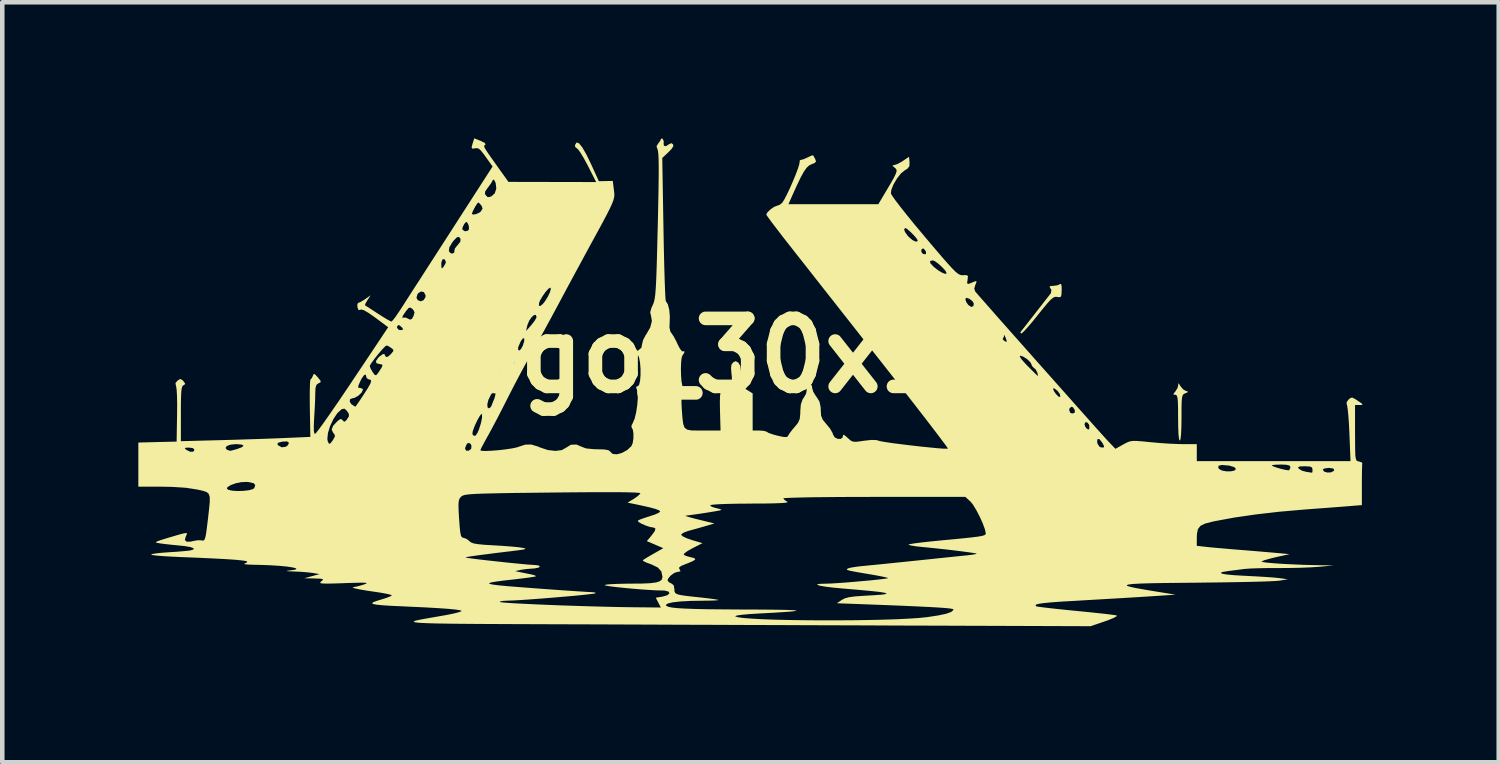
<source format=kicad_pcb>
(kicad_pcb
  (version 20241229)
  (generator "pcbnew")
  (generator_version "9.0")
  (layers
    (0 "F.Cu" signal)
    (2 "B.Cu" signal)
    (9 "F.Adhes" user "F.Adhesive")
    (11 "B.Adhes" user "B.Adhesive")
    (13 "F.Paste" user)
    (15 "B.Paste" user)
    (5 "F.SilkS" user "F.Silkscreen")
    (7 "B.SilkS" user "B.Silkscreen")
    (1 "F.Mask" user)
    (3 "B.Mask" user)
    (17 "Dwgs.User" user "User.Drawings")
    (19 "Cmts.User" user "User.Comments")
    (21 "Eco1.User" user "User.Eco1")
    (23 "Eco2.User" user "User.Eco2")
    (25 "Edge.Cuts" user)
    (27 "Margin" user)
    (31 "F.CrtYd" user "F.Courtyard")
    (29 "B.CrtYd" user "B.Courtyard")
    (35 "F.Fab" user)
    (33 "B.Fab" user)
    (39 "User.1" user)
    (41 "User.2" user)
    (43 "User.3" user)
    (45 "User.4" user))
  (footprint "logo_30x18"
    (layer "F.Cu")
    (at 12.756 4.791)
    (property "Reference" "logo_30x18" (at 0 0 0) (layer "F.SilkS") (effects (font (size 1.5 1.5) (thickness 0.3))))
    (attr board_only exclude_from_pos_files exclude_from_bom)
    (fp_poly (pts (xy 2.064 0.544) (xy 2.045 0.563) (xy 2.026 0.544) (xy 2.045 0.525)) (stroke (width 0) (type solid)) (fill yes) (layer "F.SilkS"))
    (fp_poly (pts (xy 10.194 0.627) (xy 10.213 0.665) (xy 10.276 0.741) (xy 10.332 0.774) (xy 10.386 0.794) (xy 10.373 0.811) (xy 10.326 0.83) (xy 10.293 0.845) (xy 10.27 0.871) (xy 10.255 0.921) (xy 10.247 1.006) (xy 10.243 1.139) (xy 10.243 1.332) (xy 10.243 1.368) (xy 10.24 1.582) (xy 10.232 1.743) (xy 10.22 1.844) (xy 10.205 1.876) (xy 10.189 1.84) (xy 10.177 1.736) (xy 10.17 1.572) (xy 10.168 1.369) (xy 10.167 1.164) (xy 10.163 1.022) (xy 10.155 0.933) (xy 10.141 0.884) (xy 10.12 0.865) (xy 10.105 0.863) (xy 10.064 0.858) (xy 10.075 0.829) (xy 10.105 0.794) (xy 10.156 0.712) (xy 10.17 0.654) (xy 10.176 0.608)) (stroke (width 0) (type solid)) (fill yes) (layer "F.SilkS"))
    (fp_poly (pts (xy 7.601 -1.511) (xy 7.601 -1.445) (xy 7.596 -1.341) (xy 7.579 -1.295) (xy 7.538 -1.288) (xy 7.503 -1.295) (xy 7.46 -1.297) (xy 7.416 -1.28) (xy 7.36 -1.235) (xy 7.284 -1.152) (xy 7.178 -1.025) (xy 7.08 -0.902) (xy 6.959 -0.752) (xy 6.852 -0.627) (xy 6.769 -0.537) (xy 6.718 -0.491) (xy 6.711 -0.488) (xy 6.689 -0.507) (xy 6.705 -0.535) (xy 6.742 -0.581) (xy 6.814 -0.673) (xy 6.912 -0.799) (xy 7.026 -0.944) (xy 7.035 -0.957) (xy 7.15 -1.103) (xy 7.249 -1.231) (xy 7.324 -1.326) (xy 7.363 -1.377) (xy 7.364 -1.379) (xy 7.375 -1.446) (xy 7.354 -1.482) (xy 7.332 -1.522) (xy 7.365 -1.537) (xy 7.417 -1.538) (xy 7.509 -1.551) (xy 7.565 -1.578) (xy 7.59 -1.578)) (stroke (width 0) (type solid)) (fill yes) (layer "F.SilkS"))
    (fp_poly (pts (xy -5.206 -4.734) (xy -5.117 -4.69) (xy -5.1 -4.656) (xy -5.11 -4.648) (xy -5.126 -4.636) (xy -5.132 -4.618) (xy -5.122 -4.586) (xy -5.091 -4.532) (xy -5.034 -4.446) (xy -4.945 -4.32) (xy -4.82 -4.144) (xy -4.762 -4.063) (xy -4.596 -3.831) (xy -3.629 -3.829) (xy -2.662 -3.827) (xy -2.853 -4.202) (xy -2.934 -4.352) (xy -3.008 -4.474) (xy -3.065 -4.553) (xy -3.095 -4.577) (xy -3.129 -4.606) (xy -3.125 -4.651) (xy -3.092 -4.701) (xy -3.039 -4.68) (xy -2.967 -4.59) (xy -2.876 -4.432) (xy -2.78 -4.234) (xy -2.603 -3.846) (xy -2.449 -3.849) (xy -2.296 -3.852) (xy -2.271 -3.653) (xy -2.264 -3.595) (xy -2.261 -3.542) (xy -2.267 -3.488) (xy -2.283 -3.424) (xy -2.315 -3.343) (xy -2.364 -3.237) (xy -2.435 -3.097) (xy -2.53 -2.917) (xy -2.654 -2.689) (xy -2.81 -2.404) (xy -2.852 -2.326) (xy -2.933 -2.177) (xy -3.041 -1.977) (xy -3.168 -1.743) (xy -3.305 -1.488) (xy -3.444 -1.229) (xy -3.509 -1.107) (xy -3.644 -0.856) (xy -3.78 -0.606) (xy -3.908 -0.372) (xy -4.021 -0.167) (xy -4.111 -0.006) (xy -4.147 0.056) (xy -4.236 0.215) (xy -4.345 0.418) (xy -4.464 0.643) (xy -4.579 0.867) (xy -4.615 0.938) (xy -4.723 1.151) (xy -4.834 1.367) (xy -4.939 1.565) (xy -5.025 1.725) (xy -5.051 1.771) (xy -5.124 1.903) (xy -5.181 2.01) (xy -5.212 2.075) (xy -5.215 2.087) (xy -5.181 2.099) (xy -5.09 2.102) (xy -4.961 2.096) (xy -4.81 2.084) (xy -4.656 2.066) (xy -4.516 2.045) (xy -4.408 2.022) (xy -4.368 2.008) (xy -4.221 1.961) (xy -4.091 1.96) (xy -3.945 2.004) (xy -3.897 2.025) (xy -3.728 2.081) (xy -3.562 2.1) (xy -3.42 2.083) (xy -3.323 2.028) (xy -3.32 2.026) (xy -3.219 1.964) (xy -3.095 1.96) (xy -2.985 2.008) (xy -2.887 2.045) (xy -2.718 2.062) (xy -2.642 2.064) (xy -2.49 2.068) (xy -2.4 2.082) (xy -2.356 2.109) (xy -2.35 2.12) (xy -2.297 2.168) (xy -2.204 2.175) (xy -2.092 2.144) (xy -1.978 2.081) (xy -1.885 1.995) (xy -1.856 1.924) (xy -1.841 1.819) (xy -1.841 1.709) (xy -1.856 1.624) (xy -1.876 1.595) (xy -1.886 1.549) (xy -1.853 1.481) (xy -1.814 1.389) (xy -1.781 1.252) (xy -1.757 1.095) (xy -1.745 0.941) (xy -1.748 0.816) (xy -1.764 0.75) (xy -1.784 0.692) (xy -1.754 0.676) (xy -1.746 0.675) (xy -1.715 0.641) (xy -1.694 0.553) (xy -1.684 0.429) (xy -1.684 0.29) (xy -1.695 0.154) (xy -1.716 0.043) (xy -1.747 -0.026) (xy -1.749 -0.028) (xy -1.788 -0.077) (xy -1.763 -0.105) (xy -1.73 -0.118) (xy -1.664 -0.176) (xy -1.651 -0.248) (xy -1.628 -0.343) (xy -1.572 -0.451) (xy -1.556 -0.473) (xy -1.47 -0.621) (xy -1.434 -0.763) (xy -1.453 -0.881) (xy -1.456 -0.887) (xy -1.471 -0.958) (xy -1.443 -1.055) (xy -1.419 -1.107) (xy -1.4 -1.148) (xy -1.385 -1.195) (xy -1.372 -1.257) (xy -1.36 -1.34) (xy -1.351 -1.451) (xy -1.342 -1.598) (xy -1.334 -1.787) (xy -1.326 -2.027) (xy -1.318 -2.324) (xy -1.309 -2.686) (xy -1.304 -2.867) (xy -1.295 -3.284) (xy -1.288 -3.631) (xy -1.284 -3.914) (xy -1.283 -4.137) (xy -1.285 -4.307) (xy -1.29 -4.428) (xy -1.298 -4.506) (xy -1.308 -4.546) (xy -1.309 -4.547) (xy -1.332 -4.616) (xy -1.296 -4.675) (xy -1.249 -4.737) (xy -1.238 -4.77) (xy -1.215 -4.789) (xy -1.197 -4.782) (xy -1.172 -4.729) (xy -1.175 -4.686) (xy -1.169 -4.628) (xy -1.123 -4.618) (xy -1.058 -4.66) (xy -1.005 -4.685) (xy -0.97 -4.662) (xy -0.959 -4.621) (xy -0.998 -4.559) (xy -1.066 -4.489) (xy -1.205 -4.358) (xy -1.178 -2.789) (xy -1.172 -2.453) (xy -1.165 -2.141) (xy -1.158 -1.86) (xy -1.15 -1.619) (xy -1.143 -1.426) (xy -1.136 -1.287) (xy -1.129 -1.212) (xy -1.126 -1.201) (xy -1.082 -1.132) (xy -1.051 -1.012) (xy -1.038 -0.867) (xy -1.041 -0.757) (xy -1.046 -0.619) (xy -1.026 -0.531) (xy -1.002 -0.496) (xy -0.953 -0.424) (xy -0.895 -0.314) (xy -0.866 -0.251) (xy -0.816 -0.154) (xy -0.772 -0.099) (xy -0.751 -0.094) (xy -0.717 -0.098) (xy -0.72 -0.062) (xy -0.758 -0.008) (xy -0.758 -0.007) (xy -0.778 0.05) (xy -0.79 0.16) (xy -0.794 0.299) (xy -0.79 0.444) (xy -0.78 0.573) (xy -0.762 0.664) (xy -0.749 0.69) (xy -0.739 0.748) (xy -0.757 0.801) (xy -0.778 0.888) (xy -0.782 1.037) (xy -0.775 1.179) (xy -0.76 1.374) (xy -0.743 1.506) (xy -0.713 1.588) (xy -0.656 1.631) (xy -0.562 1.649) (xy -0.418 1.651) (xy -0.312 1.651) (xy 0.08 1.651) (xy 0.068 1.219) (xy 0.065 1.025) (xy 0.068 0.895) (xy 0.078 0.82) (xy 0.096 0.79) (xy 0.105 0.788) (xy 0.162 0.763) (xy 0.238 0.703) (xy 0.25 0.692) (xy 0.306 0.627) (xy 0.33 0.562) (xy 0.329 0.467) (xy 0.321 0.398) (xy 0.311 0.271) (xy 0.322 0.195) (xy 0.356 0.15) (xy 0.413 0.121) (xy 0.466 0.15) (xy 0.477 0.161) (xy 0.515 0.226) (xy 0.53 0.332) (xy 0.529 0.444) (xy 0.527 0.569) (xy 0.538 0.644) (xy 0.573 0.694) (xy 0.643 0.742) (xy 0.654 0.749) (xy 0.788 0.832) (xy 0.788 1.241) (xy 0.788 1.651) (xy 0.936 1.651) (xy 1.034 1.658) (xy 1.096 1.676) (xy 1.103 1.682) (xy 1.147 1.707) (xy 1.242 1.739) (xy 1.337 1.765) (xy 1.461 1.791) (xy 1.53 1.796) (xy 1.562 1.78) (xy 1.569 1.766) (xy 1.603 1.71) (xy 1.669 1.624) (xy 1.712 1.575) (xy 1.788 1.481) (xy 1.826 1.395) (xy 1.838 1.282) (xy 1.838 1.229) (xy 1.85 1.075) (xy 1.888 0.966) (xy 1.917 0.923) (xy 1.965 0.841) (xy 1.977 0.776) (xy 1.976 0.773) (xy 1.984 0.706) (xy 2.033 0.65) (xy 2.071 0.638) (xy 2.095 0.669) (xy 2.101 0.717) (xy 2.124 0.797) (xy 2.182 0.891) (xy 2.195 0.907) (xy 2.261 1.012) (xy 2.287 1.137) (xy 2.289 1.198) (xy 2.297 1.322) (xy 2.334 1.413) (xy 2.415 1.512) (xy 2.417 1.514) (xy 2.496 1.611) (xy 2.548 1.702) (xy 2.558 1.735) (xy 2.592 1.797) (xy 2.656 1.833) (xy 2.725 1.837) (xy 2.77 1.806) (xy 2.776 1.778) (xy 2.785 1.744) (xy 2.82 1.758) (xy 2.883 1.814) (xy 2.944 1.868) (xy 2.997 1.895) (xy 3.068 1.9) (xy 3.179 1.886) (xy 3.239 1.877) (xy 3.408 1.858) (xy 3.523 1.862) (xy 3.554 1.873) (xy 3.609 1.887) (xy 3.723 1.907) (xy 3.88 1.93) (xy 4.068 1.954) (xy 4.273 1.979) (xy 4.482 2.003) (xy 4.679 2.023) (xy 4.853 2.04) (xy 4.988 2.05) (xy 5.072 2.052) (xy 5.092 2.049) (xy 5.073 2.017) (xy 5.011 1.931) (xy 4.982 1.893) (xy 8.382 1.893) (xy 8.391 1.942) (xy 8.438 2.012) (xy 8.486 2.026) (xy 8.532 2.022) (xy 8.536 1.996) (xy 8.501 1.928) (xy 8.492 1.914) (xy 8.434 1.842) (xy 8.393 1.837) (xy 8.382 1.893) (xy 4.982 1.893) (xy 4.91 1.797) (xy 4.774 1.618) (xy 4.693 1.512) (xy 8.104 1.512) (xy 8.122 1.571) (xy 8.161 1.617) (xy 8.199 1.628) (xy 8.21 1.613) (xy 8.21 1.545) (xy 8.203 1.518) (xy 8.163 1.47) (xy 8.12 1.471) (xy 8.104 1.512) (xy 4.693 1.512) (xy 4.607 1.4) (xy 4.452 1.201) (xy 7.766 1.201) (xy 7.793 1.264) (xy 7.838 1.276) (xy 7.89 1.257) (xy 7.89 1.201) (xy 7.852 1.14) (xy 7.818 1.126) (xy 7.776 1.157) (xy 7.766 1.201) (xy 4.452 1.201) (xy 4.412 1.148) (xy 4.194 0.868) (xy 4.082 0.724) (xy 7.411 0.724) (xy 7.426 0.775) (xy 7.473 0.844) (xy 7.535 0.907) (xy 7.569 0.908) (xy 7.572 0.902) (xy 7.559 0.844) (xy 7.509 0.777) (xy 7.44 0.722) (xy 7.411 0.724) (xy 4.082 0.724) (xy 3.956 0.563) (xy 3.701 0.239) (xy 3.615 0.129) (xy 3.532 0.024) (xy 6.678 0.024) (xy 6.723 0.09) (xy 6.815 0.192) (xy 6.847 0.225) (xy 6.949 0.327) (xy 7.028 0.405) (xy 7.072 0.447) (xy 7.077 0.45) (xy 7.074 0.42) (xy 7.064 0.372) (xy 7.025 0.3) (xy 6.992 0.274) (xy 6.946 0.227) (xy 6.941 0.205) (xy 6.911 0.146) (xy 6.84 0.077) (xy 6.754 0.022) (xy 6.684 0) (xy 6.678 0.024) (xy 3.532 0.024) (xy 3.338 -0.223) (xy 3.106 -0.518) (xy 6.191 -0.518) (xy 6.215 -0.462) (xy 6.272 -0.389) (xy 6.336 -0.326) (xy 6.384 -0.3) (xy 6.388 -0.329) (xy 6.363 -0.402) (xy 6.349 -0.431) (xy 6.294 -0.515) (xy 6.239 -0.559) (xy 6.2 -0.556) (xy 6.191 -0.518) (xy 3.106 -0.518) (xy 3.06 -0.576) (xy 2.941 -0.728) (xy 5.97 -0.728) (xy 5.979 -0.676) (xy 5.99 -0.663) (xy 6.045 -0.639) (xy 6.077 -0.678) (xy 6.078 -0.694) (xy 6.048 -0.744) (xy 6.022 -0.75) (xy 5.97 -0.728) (xy 2.941 -0.728) (xy 2.853 -0.84) (xy 5.866 -0.84) (xy 5.872 -0.825) (xy 5.905 -0.79) (xy 5.911 -0.788) (xy 5.927 -0.817) (xy 5.928 -0.825) (xy 5.899 -0.861) (xy 5.888 -0.863) (xy 5.866 -0.84) (xy 2.853 -0.84) (xy 2.788 -0.922) (xy 2.531 -1.25) (xy 5.477 -1.25) (xy 5.493 -1.189) (xy 5.539 -1.12) (xy 5.606 -1.074) (xy 5.653 -1.091) (xy 5.665 -1.145) (xy 5.636 -1.199) (xy 5.569 -1.252) (xy 5.5 -1.276) (xy 5.499 -1.276) (xy 5.477 -1.25) (xy 2.531 -1.25) (xy 2.527 -1.254) (xy 2.284 -1.563) (xy 2.064 -1.843) (xy 1.873 -2.086) (xy 4.699 -2.086) (xy 4.705 -2.039) (xy 4.774 -1.963) (xy 4.872 -1.885) (xy 4.964 -1.829) (xy 5.034 -1.803) (xy 5.065 -1.815) (xy 5.065 -1.818) (xy 5.038 -1.871) (xy 4.972 -1.945) (xy 4.888 -2.022) (xy 4.809 -2.081) (xy 4.761 -2.101) (xy 4.699 -2.086) (xy 1.873 -2.086) (xy 1.873 -2.086) (xy 1.716 -2.285) (xy 1.675 -2.338) (xy 4.507 -2.338) (xy 4.508 -2.285) (xy 4.544 -2.243) (xy 4.549 -2.241) (xy 4.606 -2.235) (xy 4.61 -2.283) (xy 4.602 -2.306) (xy 4.562 -2.356) (xy 4.541 -2.364) (xy 4.507 -2.338) (xy 1.675 -2.338) (xy 1.604 -2.428) (xy 1.454 -2.619) (xy 1.323 -2.79) (xy 4.127 -2.79) (xy 4.145 -2.728) (xy 4.206 -2.643) (xy 4.228 -2.619) (xy 4.31 -2.549) (xy 4.381 -2.514) (xy 4.422 -2.522) (xy 4.427 -2.54) (xy 4.402 -2.583) (xy 4.342 -2.654) (xy 4.266 -2.73) (xy 4.197 -2.79) (xy 4.157 -2.814) (xy 4.127 -2.79) (xy 1.323 -2.79) (xy 1.322 -2.791) (xy 1.213 -2.934) (xy 1.135 -3.041) (xy 1.093 -3.101) (xy 1.088 -3.111) (xy 1.116 -3.162) (xy 1.183 -3.226) (xy 1.261 -3.28) (xy 1.319 -3.302) (xy 1.388 -3.328) (xy 1.438 -3.369) (xy 1.482 -3.436) (xy 1.541 -3.549) (xy 1.609 -3.691) (xy 1.677 -3.847) (xy 1.74 -4) (xy 1.789 -4.132) (xy 1.818 -4.227) (xy 1.822 -4.266) (xy 1.83 -4.309) (xy 1.849 -4.315) (xy 1.912 -4.331) (xy 2.001 -4.371) (xy 2.003 -4.372) (xy 2.08 -4.408) (xy 2.119 -4.419) (xy 2.12 -4.418) (xy 2.141 -4.382) (xy 2.167 -4.334) (xy 2.185 -4.28) (xy 2.153 -4.246) (xy 2.091 -4.222) (xy 2.034 -4.194) (xy 1.979 -4.144) (xy 1.921 -4.062) (xy 1.852 -3.939) (xy 1.768 -3.765) (xy 1.664 -3.536) (xy 1.577 -3.339) (xy 2.568 -3.339) (xy 3.559 -3.339) (xy 3.687 -3.555) (xy 3.803 -3.75) (xy 3.885 -3.892) (xy 3.935 -3.989) (xy 3.959 -4.054) (xy 3.961 -4.095) (xy 3.943 -4.124) (xy 3.918 -4.145) (xy 3.872 -4.186) (xy 3.887 -4.2) (xy 3.906 -4.201) (xy 3.973 -4.222) (xy 4.069 -4.272) (xy 4.101 -4.293) (xy 4.235 -4.384) (xy 4.247 -4.265) (xy 4.243 -4.175) (xy 4.196 -4.118) (xy 4.146 -4.089) (xy 4.059 -4.019) (xy 3.971 -3.907) (xy 3.894 -3.777) (xy 3.845 -3.654) (xy 3.836 -3.576) (xy 3.862 -3.528) (xy 3.931 -3.43) (xy 4.036 -3.292) (xy 4.173 -3.119) (xy 4.333 -2.921) (xy 4.513 -2.706) (xy 4.577 -2.629) (xy 4.785 -2.383) (xy 4.951 -2.189) (xy 5.081 -2.04) (xy 5.18 -1.931) (xy 5.255 -1.856) (xy 5.311 -1.809) (xy 5.355 -1.784) (xy 5.392 -1.774) (xy 5.428 -1.774) (xy 5.428 -1.774) (xy 5.509 -1.776) (xy 5.535 -1.749) (xy 5.526 -1.674) (xy 5.516 -1.599) (xy 5.537 -1.58) (xy 5.566 -1.588) (xy 5.655 -1.624) (xy 5.685 -1.637) (xy 5.722 -1.643) (xy 5.718 -1.608) (xy 5.698 -1.562) (xy 5.673 -1.478) (xy 5.696 -1.414) (xy 5.709 -1.398) (xy 5.77 -1.327) (xy 5.874 -1.209) (xy 6.014 -1.05) (xy 6.184 -0.856) (xy 6.38 -0.635) (xy 6.596 -0.391) (xy 6.825 -0.133) (xy 7.062 0.135) (xy 7.302 0.404) (xy 7.538 0.67) (xy 7.765 0.925) (xy 7.977 1.164) (xy 8.169 1.379) (xy 8.334 1.564) (xy 8.468 1.713) (xy 8.564 1.82) (xy 8.616 1.877) (xy 8.62 1.881) (xy 8.786 2.054) (xy 8.957 1.959) (xy 9.033 1.918) (xy 9.098 1.892) (xy 9.168 1.88) (xy 9.263 1.881) (xy 9.4 1.892) (xy 9.549 1.907) (xy 9.76 1.926) (xy 9.982 1.941) (xy 10.182 1.949) (xy 10.275 1.951) (xy 10.58 1.951) (xy 10.58 2.139) (xy 10.58 2.326) (xy 12.274 2.326) (xy 13.969 2.326) (xy 13.945 1.719) (xy 13.935 1.512) (xy 13.922 1.331) (xy 13.908 1.189) (xy 13.895 1.1) (xy 13.886 1.078) (xy 13.883 1.027) (xy 13.922 0.972) (xy 13.97 0.931) (xy 14.012 0.926) (xy 14.076 0.959) (xy 14.13 0.995) (xy 14.212 1.052) (xy 14.236 1.079) (xy 14.208 1.088) (xy 14.168 1.088) (xy 14.069 1.088) (xy 14.069 1.704) (xy 14.07 1.932) (xy 14.072 2.096) (xy 14.076 2.206) (xy 14.086 2.274) (xy 14.101 2.311) (xy 14.124 2.327) (xy 14.154 2.333) (xy 14.216 2.353) (xy 14.229 2.373) (xy 14.225 2.42) (xy 14.222 2.525) (xy 14.22 2.675) (xy 14.219 2.848) (xy 14.219 3.295) (xy 13.947 3.317) (xy 13.823 3.327) (xy 13.641 3.341) (xy 13.419 3.358) (xy 13.173 3.376) (xy 12.925 3.395) (xy 12.391 3.442) (xy 11.879 3.501) (xy 11.405 3.57) (xy 10.987 3.647) (xy 10.927 3.66) (xy 10.763 3.702) (xy 10.661 3.752) (xy 10.605 3.824) (xy 10.583 3.932) (xy 10.58 4.026) (xy 10.58 4.193) (xy 10.777 4.215) (xy 10.891 4.227) (xy 11.057 4.242) (xy 11.255 4.259) (xy 11.463 4.277) (xy 11.481 4.278) (xy 11.704 4.296) (xy 11.936 4.315) (xy 12.147 4.333) (xy 12.306 4.347) (xy 12.625 4.376) (xy 12.315 4.445) (xy 12.175 4.48) (xy 12.068 4.511) (xy 12.011 4.535) (xy 12.006 4.54) (xy 12.041 4.552) (xy 12.14 4.565) (xy 12.29 4.578) (xy 12.479 4.591) (xy 12.696 4.602) (xy 12.928 4.612) (xy 13.164 4.618) (xy 13.259 4.62) (xy 13.6 4.626) (xy 13.263 4.656) (xy 13.097 4.667) (xy 12.881 4.676) (xy 12.642 4.681) (xy 12.405 4.683) (xy 12.362 4.683) (xy 12.147 4.683) (xy 11.941 4.687) (xy 11.766 4.693) (xy 11.64 4.702) (xy 11.612 4.705) (xy 11.461 4.725) (xy 11.308 4.744) (xy 11.265 4.75) (xy 11.15 4.769) (xy 11.107 4.788) (xy 11.136 4.807) (xy 11.232 4.824) (xy 11.395 4.84) (xy 11.621 4.853) (xy 11.659 4.855) (xy 11.873 4.866) (xy 12.077 4.878) (xy 12.251 4.89) (xy 12.376 4.902) (xy 12.4 4.905) (xy 12.587 4.93) (xy 12.4 4.961) (xy 12.322 4.968) (xy 12.178 4.975) (xy 11.978 4.982) (xy 11.729 4.988) (xy 11.442 4.994) (xy 11.125 4.999) (xy 10.787 5.003) (xy 10.645 5.005) (xy 10.211 5.009) (xy 9.85 5.013) (xy 9.558 5.018) (xy 9.333 5.025) (xy 9.172 5.034) (xy 9.073 5.046) (xy 9.033 5.06) (xy 9.049 5.077) (xy 9.118 5.098) (xy 9.237 5.124) (xy 9.405 5.154) (xy 9.587 5.185) (xy 10.111 5.27) (xy 9.455 5.313) (xy 9.21 5.328) (xy 8.914 5.346) (xy 8.59 5.365) (xy 8.264 5.384) (xy 7.959 5.402) (xy 7.924 5.404) (xy 7.621 5.421) (xy 7.387 5.438) (xy 7.216 5.454) (xy 7.102 5.47) (xy 7.04 5.487) (xy 7.023 5.507) (xy 7.043 5.528) (xy 7.088 5.536) (xy 7.195 5.55) (xy 7.356 5.569) (xy 7.558 5.591) (xy 7.791 5.615) (xy 7.916 5.627) (xy 8.163 5.651) (xy 8.386 5.675) (xy 8.574 5.695) (xy 8.716 5.713) (xy 8.8 5.725) (xy 8.817 5.729) (xy 8.81 5.748) (xy 8.743 5.784) (xy 8.629 5.831) (xy 8.556 5.857) (xy 8.239 5.965) (xy 5.705 5.956) (xy 5.34 5.955) (xy 4.909 5.953) (xy 4.418 5.952) (xy 3.875 5.95) (xy 3.288 5.947) (xy 2.664 5.945) (xy 2.012 5.943) (xy 1.339 5.94) (xy 0.652 5.938) (xy -0.041 5.935) (xy -0.731 5.933) (xy -1.412 5.93) (xy -1.913 5.928) (xy -2.645 5.925) (xy -3.305 5.923) (xy -3.896 5.921) (xy -4.42 5.919) (xy -4.881 5.917) (xy -5.283 5.915) (xy -5.627 5.912) (xy -5.917 5.909) (xy -6.155 5.905) (xy -6.346 5.9) (xy -6.491 5.894) (xy -6.594 5.887) (xy -6.658 5.878) (xy -6.685 5.868) (xy -6.679 5.857) (xy -6.643 5.843) (xy -6.579 5.828) (xy -6.491 5.811) (xy -6.382 5.791) (xy -6.254 5.769) (xy -6.111 5.744) (xy -5.956 5.717) (xy -5.81 5.687) (xy -5.698 5.659) (xy -5.635 5.636) (xy -5.628 5.629) (xy -5.659 5.614) (xy -5.753 5.599) (xy -5.913 5.583) (xy -6.141 5.567) (xy -6.439 5.55) (xy -6.81 5.533) (xy -6.903 5.528) (xy -7.176 5.516) (xy -7.377 5.503) (xy -7.512 5.489) (xy -7.586 5.474) (xy -7.601 5.454) (xy -7.564 5.43) (xy -7.478 5.4) (xy -7.418 5.382) (xy -7.293 5.343) (xy -7.203 5.309) (xy -7.166 5.286) (xy -7.166 5.285) (xy -7.2 5.269) (xy -7.293 5.248) (xy -7.426 5.224) (xy -7.494 5.214) (xy -7.718 5.181) (xy -7.885 5.152) (xy -7.992 5.129) (xy -8.034 5.112) (xy -8.01 5.103) (xy -7.927 5.087) (xy -7.814 5.056) (xy -7.785 5.046) (xy -7.735 5.027) (xy -7.721 5.015) (xy -7.75 5.007) (xy -7.83 5.005) (xy -7.969 5.008) (xy -8.174 5.014) (xy -8.217 5.016) (xy -8.436 5.023) (xy -8.589 5.026) (xy -8.686 5.024) (xy -8.736 5.017) (xy -8.748 5.004) (xy -8.732 4.984) (xy -8.723 4.977) (xy -8.687 4.944) (xy -8.691 4.926) (xy -8.748 4.917) (xy -8.868 4.913) (xy -8.873 4.912) (xy -9.098 4.908) (xy -8.929 4.862) (xy -8.761 4.816) (xy -8.911 4.791) (xy -9.028 4.777) (xy -9.184 4.765) (xy -9.323 4.759) (xy -9.444 4.754) (xy -9.49 4.748) (xy -9.464 4.741) (xy -9.427 4.737) (xy -9.313 4.722) (xy -9.269 4.705) (xy -9.286 4.687) (xy -9.359 4.668) (xy -9.481 4.65) (xy -9.646 4.634) (xy -9.848 4.621) (xy -10.079 4.613) (xy -10.186 4.611) (xy -10.315 4.607) (xy -10.4 4.6) (xy -10.428 4.592) (xy -10.421 4.589) (xy -10.365 4.561) (xy -10.355 4.542) (xy -10.383 4.528) (xy -10.47 4.515) (xy -10.618 4.5) (xy -10.831 4.486) (xy -11.11 4.471) (xy -11.459 4.455) (xy -11.81 4.441) (xy -12.023 4.431) (xy -12.208 4.42) (xy -12.354 4.408) (xy -12.447 4.396) (xy -12.476 4.388) (xy -12.449 4.374) (xy -12.36 4.359) (xy -12.226 4.345) (xy -12.09 4.335) (xy -11.915 4.324) (xy -11.761 4.311) (xy -11.647 4.3) (xy -11.601 4.293) (xy -11.535 4.27) (xy -11.539 4.245) (xy -11.608 4.22) (xy -11.738 4.198) (xy -11.845 4.187) (xy -12.009 4.171) (xy -12.164 4.154) (xy -12.278 4.139) (xy -12.283 4.138) (xy -12.347 4.127) (xy -12.371 4.115) (xy -12.349 4.098) (xy -12.273 4.07) (xy -12.135 4.027) (xy -12.077 4.01) (xy -11.898 3.957) (xy -11.78 3.924) (xy -11.713 3.911) (xy -11.685 3.916) (xy -11.687 3.94) (xy -11.708 3.981) (xy -11.73 4.062) (xy -11.692 4.103) (xy -11.596 4.1) (xy -11.555 4.089) (xy -11.45 4.07) (xy -11.366 4.072) (xy -11.361 4.073) (xy -11.327 4.079) (xy -11.302 4.064) (xy -11.282 4.018) (xy -11.263 3.929) (xy -11.244 3.788) (xy -11.219 3.583) (xy -11.195 3.367) (xy -11.186 3.271) (xy -5.698 3.271) (xy -5.696 3.386) (xy -5.687 3.559) (xy -5.684 3.598) (xy -5.671 3.782) (xy -5.657 3.903) (xy -5.641 3.974) (xy -5.619 4.007) (xy -5.592 4.014) (xy -5.518 4.041) (xy -5.462 4.086) (xy -5.424 4.117) (xy -5.364 4.14) (xy -5.27 4.156) (xy -5.129 4.17) (xy -4.926 4.182) (xy -4.922 4.182) (xy -4.725 4.194) (xy -4.541 4.208) (xy -4.391 4.222) (xy -4.296 4.235) (xy -4.235 4.248) (xy -4.219 4.26) (xy -4.254 4.272) (xy -4.349 4.287) (xy -4.511 4.307) (xy -4.521 4.309) (xy -4.847 4.348) (xy -5.103 4.381) (xy -5.296 4.406) (xy -5.429 4.425) (xy -5.51 4.439) (xy -5.542 4.448) (xy -5.542 4.45) (xy -5.502 4.459) (xy -5.401 4.473) (xy -5.252 4.492) (xy -5.071 4.513) (xy -4.869 4.535) (xy -4.661 4.558) (xy -4.461 4.578) (xy -4.283 4.595) (xy -4.14 4.608) (xy -4.046 4.614) (xy -4.027 4.615) (xy -3.932 4.625) (xy -3.904 4.649) (xy -3.937 4.675) (xy -4.027 4.692) (xy -4.061 4.694) (xy -4.194 4.704) (xy -4.315 4.721) (xy -4.333 4.725) (xy -4.446 4.751) (xy -4.324 4.777) (xy -4.196 4.803) (xy -4.087 4.825) (xy -4.013 4.845) (xy -3.988 4.863) (xy -3.989 4.864) (xy -4.031 4.875) (xy -4.133 4.891) (xy -4.281 4.91) (xy -4.46 4.932) (xy -4.505 4.937) (xy -4.712 4.96) (xy -4.869 4.981) (xy -4.973 4.999) (xy -5.022 5.015) (xy -5.013 5.031) (xy -4.944 5.047) (xy -4.811 5.064) (xy -4.612 5.083) (xy -4.345 5.104) (xy -4.006 5.13) (xy -3.883 5.139) (xy -3.606 5.159) (xy -3.349 5.177) (xy -3.125 5.192) (xy -2.942 5.204) (xy -2.812 5.212) (xy -2.745 5.215) (xy -2.742 5.215) (xy -2.682 5.223) (xy -2.675 5.238) (xy -2.717 5.248) (xy -2.822 5.261) (xy -2.978 5.278) (xy -3.172 5.297) (xy -3.393 5.316) (xy -3.628 5.336) (xy -3.865 5.355) (xy -4.092 5.372) (xy -4.296 5.386) (xy -4.467 5.396) (xy -4.591 5.401) (xy -4.612 5.401) (xy -4.718 5.407) (xy -4.78 5.419) (xy -4.787 5.431) (xy -4.743 5.439) (xy -4.634 5.449) (xy -4.468 5.46) (xy -4.254 5.471) (xy -4.002 5.483) (xy -3.721 5.495) (xy -3.419 5.507) (xy -3.106 5.517) (xy -2.791 5.527) (xy -2.484 5.535) (xy -2.193 5.542) (xy -1.927 5.546) (xy -1.847 5.547) (xy -1.236 5.553) (xy -1.265 5.497) (xy -1.126 5.497) (xy -1.112 5.519) (xy -1.068 5.538) (xy -0.989 5.554) (xy -0.869 5.567) (xy -0.701 5.577) (xy -0.483 5.585) (xy -0.206 5.591) (xy 0.132 5.594) (xy 0.539 5.597) (xy 0.675 5.597) (xy 1.039 5.599) (xy 1.329 5.602) (xy 1.544 5.606) (xy 1.684 5.612) (xy 1.751 5.619) (xy 1.744 5.628) (xy 1.664 5.639) (xy 1.51 5.651) (xy 1.284 5.666) (xy 0.985 5.682) (xy 0.926 5.685) (xy 0.715 5.698) (xy 0.552 5.713) (xy 0.445 5.728) (xy 0.404 5.743) (xy 0.405 5.748) (xy 0.461 5.767) (xy 0.584 5.784) (xy 0.766 5.798) (xy 0.997 5.811) (xy 1.27 5.821) (xy 1.576 5.828) (xy 1.907 5.833) (xy 2.255 5.836) (xy 2.61 5.836) (xy 2.966 5.834) (xy 3.313 5.829) (xy 3.643 5.822) (xy 3.948 5.812) (xy 4.219 5.799) (xy 4.449 5.784) (xy 4.628 5.766) (xy 4.642 5.764) (xy 4.884 5.727) (xy 5.056 5.69) (xy 5.163 5.652) (xy 5.211 5.611) (xy 5.215 5.594) (xy 5.195 5.584) (xy 5.133 5.574) (xy 5.024 5.563) (xy 4.865 5.552) (xy 4.65 5.54) (xy 4.376 5.527) (xy 4.039 5.512) (xy 3.635 5.496) (xy 3.264 5.482) (xy 2.645 5.459) (xy 2.753 5.386) (xy 2.821 5.351) (xy 2.913 5.326) (xy 3.047 5.308) (xy 3.236 5.295) (xy 3.285 5.292) (xy 3.493 5.28) (xy 3.64 5.269) (xy 3.723 5.256) (xy 3.741 5.242) (xy 3.692 5.226) (xy 3.575 5.208) (xy 3.388 5.188) (xy 3.129 5.164) (xy 2.797 5.136) (xy 2.786 5.135) (xy 2.569 5.115) (xy 2.399 5.094) (xy 2.28 5.074) (xy 2.217 5.056) (xy 2.214 5.041) (xy 2.276 5.031) (xy 2.408 5.027) (xy 2.411 5.027) (xy 2.512 5.024) (xy 2.66 5.015) (xy 2.84 5.002) (xy 3.036 4.986) (xy 3.235 4.968) (xy 3.422 4.951) (xy 3.583 4.934) (xy 3.703 4.919) (xy 3.767 4.908) (xy 3.774 4.905) (xy 3.746 4.893) (xy 3.658 4.873) (xy 3.526 4.847) (xy 3.405 4.826) (xy 3.186 4.789) (xy 3.032 4.762) (xy 2.933 4.742) (xy 2.88 4.727) (xy 2.864 4.714) (xy 2.874 4.7) (xy 2.889 4.692) (xy 2.953 4.674) (xy 3.067 4.655) (xy 3.209 4.638) (xy 3.227 4.637) (xy 3.348 4.625) (xy 3.528 4.608) (xy 3.752 4.585) (xy 4.004 4.559) (xy 4.269 4.532) (xy 4.371 4.521) (xy 4.635 4.494) (xy 4.89 4.467) (xy 5.121 4.443) (xy 5.313 4.423) (xy 5.452 4.409) (xy 5.489 4.406) (xy 5.613 4.391) (xy 5.699 4.377) (xy 5.73 4.366) (xy 5.729 4.366) (xy 5.688 4.356) (xy 5.586 4.34) (xy 5.437 4.32) (xy 5.256 4.297) (xy 5.056 4.273) (xy 4.851 4.251) (xy 4.657 4.231) (xy 4.53 4.219) (xy 4.39 4.204) (xy 4.283 4.186) (xy 4.226 4.171) (xy 4.223 4.167) (xy 4.253 4.156) (xy 4.347 4.14) (xy 4.494 4.121) (xy 4.682 4.1) (xy 4.901 4.078) (xy 4.927 4.075) (xy 5.227 4.047) (xy 5.461 4.024) (xy 5.637 4.005) (xy 5.762 3.989) (xy 5.846 3.974) (xy 5.896 3.959) (xy 5.92 3.942) (xy 5.928 3.924) (xy 5.928 3.92) (xy 5.909 3.83) (xy 5.861 3.699) (xy 5.794 3.549) (xy 5.718 3.404) (xy 5.645 3.284) (xy 5.591 3.217) (xy 5.477 3.114) (xy 3.47 3.114) (xy 3.09 3.115) (xy 2.733 3.116) (xy 2.407 3.119) (xy 2.118 3.122) (xy 1.873 3.127) (xy 1.679 3.132) (xy 1.543 3.137) (xy 1.472 3.143) (xy 1.463 3.146) (xy 1.493 3.184) (xy 1.548 3.218) (xy 1.557 3.232) (xy 1.518 3.242) (xy 1.426 3.25) (xy 1.276 3.256) (xy 1.062 3.26) (xy 0.779 3.261) (xy 0.741 3.262) (xy 0.457 3.264) (xy 0.22 3.269) (xy 0.036 3.276) (xy -0.089 3.285) (xy -0.147 3.296) (xy -0.15 3.3) (xy -0.117 3.33) (xy -0.036 3.357) (xy -0.017 3.361) (xy 0.065 3.381) (xy 0.1 3.399) (xy 0.1 3.402) (xy 0.057 3.414) (xy -0.047 3.433) (xy -0.199 3.458) (xy -0.389 3.487) (xy -0.602 3.517) (xy -0.694 3.529) (xy -0.677 3.54) (xy -0.601 3.563) (xy -0.479 3.596) (xy -0.394 3.617) (xy -0.056 3.7) (xy -0.263 3.761) (xy -0.413 3.804) (xy -0.564 3.846) (xy -0.628 3.863) (xy -0.725 3.898) (xy -0.782 3.936) (xy -0.788 3.95) (xy -0.755 3.983) (xy -0.668 4.025) (xy -0.553 4.065) (xy -0.319 4.134) (xy -0.536 4.245) (xy -0.644 4.305) (xy -0.715 4.357) (xy -0.733 4.387) (xy -0.687 4.414) (xy -0.597 4.44) (xy -0.577 4.444) (xy -0.496 4.465) (xy -0.477 4.491) (xy -0.521 4.525) (xy -0.633 4.574) (xy -0.686 4.593) (xy -0.791 4.637) (xy -0.834 4.671) (xy -0.828 4.705) (xy -0.822 4.712) (xy -0.802 4.753) (xy -0.846 4.765) (xy -0.858 4.765) (xy -0.94 4.79) (xy -1.023 4.851) (xy -1.079 4.922) (xy -1.088 4.956) (xy -1.057 4.997) (xy -1.013 5.017) (xy -0.953 5.061) (xy -0.938 5.144) (xy -0.936 5.193) (xy -0.922 5.229) (xy -0.885 5.255) (xy -0.815 5.276) (xy -0.7 5.294) (xy -0.528 5.314) (xy -0.375 5.33) (xy -0.212 5.348) (xy -0.079 5.366) (xy 0.009 5.38) (xy 0.034 5.387) (xy 0.006 5.394) (xy -0.081 5.399) (xy -0.213 5.402) (xy -0.307 5.403) (xy -0.575 5.407) (xy -0.798 5.419) (xy -0.969 5.438) (xy -1.08 5.463) (xy -1.125 5.493) (xy -1.126 5.497) (xy -1.265 5.497) (xy -1.292 5.445) (xy -1.348 5.337) (xy -1.199 5.313) (xy -1.091 5.281) (xy -1.046 5.239) (xy -1.067 5.201) (xy -1.154 5.179) (xy -1.191 5.178) (xy -1.321 5.175) (xy -1.486 5.166) (xy -1.675 5.153) (xy -1.871 5.137) (xy -2.061 5.119) (xy -2.231 5.101) (xy -2.366 5.084) (xy -2.452 5.069) (xy -2.476 5.059) (xy -2.441 5.048) (xy -2.343 5.039) (xy -2.197 5.032) (xy -2.014 5.028) (xy -1.911 5.027) (xy -1.658 5.025) (xy -1.472 5.017) (xy -1.342 5) (xy -1.259 4.974) (xy -1.215 4.935) (xy -1.201 4.883) (xy -1.201 4.874) (xy -1.225 4.758) (xy -1.303 4.671) (xy -1.445 4.602) (xy -1.465 4.595) (xy -1.567 4.557) (xy -1.626 4.525) (xy -1.634 4.511) (xy -1.593 4.482) (xy -1.505 4.429) (xy -1.397 4.367) (xy -1.182 4.245) (xy -1.363 4.167) (xy -1.545 4.089) (xy -1.448 3.974) (xy -1.372 3.872) (xy -1.355 3.812) (xy -1.395 3.79) (xy -1.406 3.789) (xy -1.48 3.776) (xy -1.574 3.744) (xy -1.665 3.704) (xy -1.73 3.665) (xy -1.745 3.64) (xy -1.703 3.616) (xy -1.608 3.581) (xy -1.483 3.541) (xy -1.362 3.501) (xy -1.279 3.463) (xy -1.25 3.434) (xy -1.25 3.433) (xy -1.279 3.409) (xy -1.353 3.38) (xy -1.482 3.345) (xy -1.673 3.302) (xy -1.801 3.275) (xy -1.97 3.241) (xy -1.829 3.155) (xy -1.743 3.095) (xy -1.693 3.045) (xy -1.688 3.032) (xy -1.726 3.024) (xy -1.836 3.017) (xy -2.019 3.012) (xy -2.273 3.01) (xy -2.596 3.01) (xy -2.986 3.012) (xy -3.443 3.016) (xy -3.629 3.018) (xy -4.062 3.023) (xy -4.425 3.027) (xy -4.726 3.032) (xy -4.971 3.037) (xy -5.165 3.042) (xy -5.315 3.048) (xy -5.428 3.055) (xy -5.51 3.063) (xy -5.566 3.073) (xy -5.603 3.085) (xy -5.628 3.099) (xy -5.641 3.111) (xy -5.672 3.148) (xy -5.69 3.196) (xy -5.698 3.271) (xy -11.186 3.271) (xy -11.181 3.214) (xy -11.183 3.111) (xy -11.205 3.046) (xy -11.253 3.006) (xy -11.331 2.98) (xy -11.443 2.955) (xy -11.463 2.951) (xy -11.609 2.928) (xy -10.805 2.928) (xy -10.772 2.959) (xy -10.685 2.977) (xy -10.567 2.985) (xy -10.438 2.981) (xy -10.319 2.967) (xy -10.231 2.943) (xy -10.2 2.92) (xy -10.178 2.853) (xy -10.216 2.811) (xy -10.321 2.788) (xy -10.367 2.784) (xy -10.487 2.789) (xy -10.613 2.815) (xy -10.721 2.855) (xy -10.791 2.9) (xy -10.805 2.928) (xy -11.609 2.928) (xy -11.707 2.913) (xy -12.016 2.893) (xy -12.251 2.889) (xy -12.756 2.889) (xy -12.756 2.471) (xy 11.053 2.471) (xy 11.071 2.498) (xy 11.131 2.532) (xy 11.225 2.55) (xy 11.325 2.551) (xy 11.407 2.535) (xy 11.443 2.502) (xy 11.443 2.499) (xy 11.407 2.458) (xy 11.306 2.427) (xy 11.274 2.422) (xy 11.236 2.419) (xy 12.231 2.419) (xy 12.263 2.44) (xy 12.343 2.469) (xy 12.444 2.498) (xy 12.54 2.52) (xy 12.605 2.528) (xy 12.616 2.526) (xy 12.641 2.478) (xy 12.644 2.456) (xy 12.815 2.456) (xy 12.823 2.485) (xy 12.83 2.493) (xy 12.897 2.536) (xy 12.994 2.562) (xy 13.078 2.574) (xy 13.122 2.582) (xy 13.122 2.583) (xy 13.13 2.557) (xy 13.131 2.514) (xy 13.131 2.511) (xy 13.357 2.511) (xy 13.387 2.556) (xy 13.459 2.577) (xy 13.54 2.573) (xy 13.6 2.541) (xy 13.61 2.523) (xy 13.591 2.489) (xy 13.502 2.476) (xy 13.491 2.476) (xy 13.403 2.485) (xy 13.358 2.506) (xy 13.357 2.511) (xy 13.131 2.511) (xy 13.121 2.467) (xy 13.076 2.445) (xy 12.978 2.439) (xy 12.958 2.439) (xy 12.855 2.442) (xy 12.815 2.456) (xy 12.644 2.456) (xy 12.644 2.455) (xy 12.623 2.422) (xy 12.552 2.405) (xy 12.437 2.401) (xy 12.324 2.404) (xy 12.249 2.412) (xy 12.231 2.419) (xy 11.236 2.419) (xy 11.134 2.41) (xy 11.06 2.427) (xy 11.053 2.471) (xy -12.756 2.471) (xy -12.756 2.402) (xy -12.756 2.048) (xy -11.731 2.048) (xy -11.698 2.077) (xy -11.615 2.119) (xy -11.547 2.119) (xy -11.518 2.078) (xy -11.518 2.076) (xy -11.552 2.039) (xy -11.574 2.036) (xy -10.834 2.036) (xy -10.803 2.075) (xy -10.735 2.098) (xy -10.693 2.09) (xy -10.607 2.067) (xy -10.575 2.058) (xy -10.566 2.054) (xy -5.552 2.054) (xy -5.528 2.095) (xy -5.474 2.096) (xy -5.424 2.06) (xy -5.415 2.042) (xy -5.413 1.975) (xy -5.446 1.93) (xy -5.492 1.928) (xy -5.516 1.951) (xy -5.548 2.026) (xy -5.552 2.054) (xy -10.566 2.054) (xy -10.469 2.017) (xy -10.437 1.984) (xy -10.477 1.961) (xy -10.578 1.952) (xy -9.69 1.952) (xy -9.676 1.975) (xy -9.595 2.021) (xy -9.504 2.009) (xy -9.457 1.973) (xy -9.435 1.918) (xy -9.478 1.891) (xy -9.578 1.895) (xy -9.601 1.9) (xy -9.678 1.922) (xy -9.69 1.952) (xy -10.578 1.952) (xy -10.589 1.951) (xy -10.614 1.951) (xy -10.732 1.964) (xy -10.808 1.995) (xy -10.834 2.036) (xy -11.574 2.036) (xy -11.64 2.027) (xy -11.718 2.031) (xy -11.731 2.048) (xy -12.756 2.048) (xy -12.756 1.916) (xy -12.334 1.905) (xy -11.912 1.895) (xy -11.902 1.299) (xy -11.9 1.071) (xy -11.904 0.882) (xy -11.912 0.745) (xy -11.924 0.669) (xy -11.929 0.659) (xy -11.937 0.604) (xy -11.895 0.554) (xy -11.837 0.515) (xy -11.793 0.531) (xy -11.764 0.561) (xy -11.724 0.614) (xy -11.738 0.641) (xy -11.76 0.651) (xy -11.782 0.669) (xy -11.798 0.713) (xy -11.809 0.792) (xy -11.815 0.917) (xy -11.818 1.099) (xy -11.818 1.28) (xy -11.818 1.886) (xy -10.908 1.862) (xy -10.616 1.854) (xy -10.314 1.844) (xy -10.117 1.838) (xy -8.589 1.838) (xy -8.579 1.893) (xy -8.553 1.942) (xy -8.522 1.935) (xy -8.471 1.869) (xy -8.463 1.856) (xy -8.423 1.784) (xy -8.429 1.738) (xy -8.433 1.733) (xy -5.39 1.733) (xy -5.363 1.765) (xy -5.363 1.765) (xy -5.323 1.765) (xy -5.282 1.709) (xy -5.244 1.621) (xy -5.205 1.497) (xy -5.181 1.388) (xy -5.178 1.352) (xy -5.18 1.287) (xy -5.199 1.292) (xy -5.232 1.336) (xy -5.28 1.42) (xy -5.334 1.534) (xy -5.35 1.573) (xy -5.386 1.676) (xy -5.39 1.733) (xy -8.433 1.733) (xy -8.459 1.703) (xy -8.493 1.633) (xy -8.464 1.55) (xy -8.368 1.446) (xy -8.306 1.399) (xy -8.269 1.405) (xy -8.251 1.427) (xy -8.217 1.459) (xy -8.178 1.432) (xy -8.16 1.409) (xy -8.113 1.337) (xy -8.115 1.283) (xy -8.158 1.217) (xy -8.212 1.168) (xy -8.273 1.181) (xy -8.28 1.186) (xy -8.371 1.271) (xy -8.457 1.401) (xy -8.529 1.554) (xy -8.576 1.707) (xy -8.589 1.838) (xy -10.117 1.838) (xy -10.021 1.835) (xy -9.757 1.825) (xy -9.541 1.817) (xy -9.481 1.814) (xy -8.964 1.791) (xy -8.975 1.158) (xy -8.977 0.95) (xy -8.976 0.77) (xy -8.972 0.632) (xy -8.966 0.547) (xy -8.96 0.525) (xy -8.93 0.494) (xy -8.911 0.451) (xy -8.891 0.406) (xy -8.863 0.41) (xy -8.809 0.467) (xy -8.799 0.479) (xy -8.743 0.548) (xy -8.735 0.583) (xy -8.772 0.605) (xy -8.782 0.608) (xy -8.828 0.642) (xy -8.85 0.713) (xy -8.855 0.815) (xy -8.857 0.934) (xy -8.864 1.099) (xy -8.874 1.283) (xy -8.879 1.36) (xy -8.888 1.543) (xy -8.887 1.66) (xy -8.874 1.717) (xy -8.86 1.726) (xy -8.831 1.696) (xy -8.764 1.61) (xy -8.666 1.475) (xy -8.542 1.298) (xy -8.395 1.085) (xy -8.343 1.01) (xy -8.096 1.01) (xy -8.061 1.069) (xy -7.989 1.117) (xy -7.969 1.124) (xy -7.948 1.096) (xy -7.931 1.071) (xy -5.062 1.071) (xy -5.057 1.141) (xy -5.026 1.163) (xy -4.984 1.132) (xy -4.967 1.097) (xy -4.933 1.009) (xy -4.908 0.952) (xy -4.883 0.858) (xy -4.885 0.802) (xy -4.901 0.768) (xy -4.931 0.787) (xy -4.983 0.863) (xy -5.037 0.972) (xy -5.062 1.071) (xy -7.931 1.071) (xy -7.895 1.02) (xy -7.821 0.909) (xy -7.791 0.863) (xy -7.694 0.713) (xy -7.639 0.614) (xy -7.622 0.556) (xy -7.637 0.533) (xy -4.799 0.533) (xy -4.797 0.619) (xy -4.777 0.67) (xy -4.765 0.675) (xy -4.731 0.645) (xy -4.727 0.624) (xy -4.701 0.558) (xy -4.671 0.525) (xy -4.625 0.456) (xy -4.619 0.381) (xy -4.656 0.33) (xy -4.662 0.328) (xy -4.72 0.341) (xy -4.754 0.372) (xy -4.785 0.442) (xy -4.799 0.533) (xy -7.637 0.533) (xy -7.64 0.53) (xy -7.673 0.525) (xy -7.722 0.495) (xy -7.729 0.469) (xy -7.743 0.417) (xy -7.779 0.429) (xy -7.83 0.5) (xy -7.853 0.545) (xy -7.899 0.645) (xy -7.912 0.694) (xy -7.893 0.711) (xy -7.86 0.713) (xy -7.81 0.733) (xy -7.804 0.75) (xy -7.834 0.815) (xy -7.905 0.883) (xy -7.988 0.93) (xy -8.029 0.938) (xy -8.087 0.959) (xy -8.096 1.01) (xy -8.343 1.01) (xy -8.231 0.844) (xy -8.054 0.582) (xy -8.033 0.549) (xy -7.819 0.23) (xy -7.654 0.23) (xy -7.635 0.284) (xy -7.591 0.362) (xy -7.544 0.425) (xy -7.512 0.431) (xy -7.475 0.389) (xy -7.416 0.301) (xy -7.387 0.253) (xy -7.372 0.202) (xy -7.411 0.19) (xy -4.555 0.19) (xy -4.532 0.238) (xy -4.498 0.241) (xy -4.47 0.191) (xy -4.465 0.148) (xy -4.483 0.086) (xy -4.522 0.081) (xy -4.55 0.122) (xy -4.555 0.19) (xy -7.411 0.19) (xy -7.419 0.188) (xy -7.425 0.188) (xy -7.504 0.169) (xy -7.518 0.12) (xy -7.466 0.045) (xy -7.44 0.021) (xy -7.367 -0.033) (xy -7.331 -0.035) (xy -7.323 -0.016) (xy -7.294 0.032) (xy -7.241 0.015) (xy -7.182 -0.041) (xy -7.134 -0.1) (xy -7.137 -0.126) (xy -4.383 -0.126) (xy -4.357 -0.113) (xy -4.321 -0.144) (xy -4.28 -0.218) (xy -4.278 -0.223) (xy -4.248 -0.321) (xy -4.248 -0.379) (xy -4.273 -0.385) (xy -4.317 -0.33) (xy -4.327 -0.311) (xy -4.38 -0.191) (xy -4.383 -0.126) (xy -7.137 -0.126) (xy -7.138 -0.136) (xy -7.183 -0.172) (xy -7.25 -0.214) (xy -7.284 -0.225) (xy -7.321 -0.198) (xy -7.387 -0.128) (xy -7.468 -0.033) (xy -7.549 0.069) (xy -7.615 0.159) (xy -7.651 0.219) (xy -7.654 0.23) (xy -7.819 0.23) (xy -7.303 -0.544) (xy -4.207 -0.544) (xy -4.092 -0.674) (xy -4.023 -0.762) (xy -3.982 -0.833) (xy -3.977 -0.852) (xy -3.993 -0.899) (xy -4.035 -0.893) (xy -4.087 -0.846) (xy -4.139 -0.77) (xy -4.177 -0.678) (xy -4.183 -0.657) (xy -4.207 -0.544) (xy -7.303 -0.544) (xy -7.253 -0.619) (xy -7.053 -0.619) (xy -7.022 -0.573) (xy -6.974 -0.563) (xy -6.92 -0.571) (xy -6.931 -0.606) (xy -6.941 -0.619) (xy -6.995 -0.666) (xy -7.021 -0.675) (xy -7.05 -0.645) (xy -7.053 -0.619) (xy -7.253 -0.619) (xy -7.248 -0.627) (xy -7.532 -0.838) (xy -7.683 -0.944) (xy -7.786 -1.003) (xy -7.847 -1.018) (xy -7.862 -1.011) (xy -7.9 -1.003) (xy -7.924 -1.062) (xy -7.925 -1.068) (xy -7.927 -1.138) (xy -7.908 -1.163) (xy -7.856 -1.183) (xy -7.774 -1.233) (xy -7.753 -1.247) (xy -7.635 -1.331) (xy -7.704 -1.225) (xy -7.747 -1.152) (xy -7.761 -1.113) (xy -7.76 -1.112) (xy -7.725 -1.089) (xy -7.642 -1.036) (xy -7.527 -0.961) (xy -7.476 -0.927) (xy -7.35 -0.847) (xy -7.248 -0.786) (xy -7.186 -0.754) (xy -7.176 -0.751) (xy -7.144 -0.781) (xy -7.101 -0.836) (xy -6.94 -0.836) (xy -6.914 -0.838) (xy -6.911 -0.839) (xy -6.858 -0.838) (xy -6.827 -0.824) (xy -6.762 -0.793) (xy -6.721 -0.815) (xy -6.687 -0.878) (xy -6.666 -0.957) (xy -6.7 -1.017) (xy -6.711 -1.028) (xy -6.759 -1.061) (xy -6.799 -1.049) (xy -6.854 -0.983) (xy -6.859 -0.977) (xy -6.921 -0.885) (xy -6.94 -0.836) (xy -7.101 -0.836) (xy -7.084 -0.859) (xy -7.006 -0.973) (xy -6.973 -1.023) (xy -6.92 -1.104) (xy -3.926 -1.104) (xy -3.898 -1.093) (xy -3.842 -1.135) (xy -3.793 -1.196) (xy -3.728 -1.299) (xy -3.682 -1.397) (xy -3.661 -1.471) (xy -3.672 -1.501) (xy -3.673 -1.501) (xy -3.718 -1.472) (xy -3.782 -1.399) (xy -3.848 -1.305) (xy -3.901 -1.213) (xy -3.918 -1.172) (xy -3.926 -1.104) (xy -6.92 -1.104) (xy -6.916 -1.111) (xy -6.824 -1.255) (xy -6.81 -1.276) (xy -6.624 -1.276) (xy -6.596 -1.224) (xy -6.531 -1.197) (xy -6.466 -1.224) (xy -6.426 -1.288) (xy -6.424 -1.332) (xy -6.46 -1.4) (xy -6.525 -1.415) (xy -6.589 -1.373) (xy -6.602 -1.353) (xy -6.624 -1.276) (xy -6.81 -1.276) (xy -6.701 -1.446) (xy -6.552 -1.676) (xy -6.384 -1.938) (xy -6.331 -2.02) (xy -6.077 -2.02) (xy -6.073 -1.939) (xy -6.059 -1.924) (xy -6.022 -1.965) (xy -6.02 -1.968) (xy -5.982 -2.038) (xy -5.977 -2.078) (xy -6.012 -2.13) (xy -6.051 -2.12) (xy -6.075 -2.056) (xy -6.077 -2.02) (xy -6.331 -2.02) (xy -6.2 -2.223) (xy -6.149 -2.303) (xy -5.91 -2.303) (xy -5.869 -2.257) (xy -5.831 -2.251) (xy -5.788 -2.274) (xy -5.79 -2.303) (xy -5.778 -2.361) (xy -5.723 -2.431) (xy -5.72 -2.433) (xy -5.659 -2.509) (xy -5.651 -2.569) (xy -5.685 -2.618) (xy -5.732 -2.61) (xy -5.801 -2.54) (xy -5.836 -2.495) (xy -5.9 -2.387) (xy -5.91 -2.303) (xy -6.149 -2.303) (xy -6.007 -2.523) (xy -5.872 -2.732) (xy -5.816 -2.82) (xy -5.611 -2.82) (xy -5.609 -2.776) (xy -5.554 -2.741) (xy -5.491 -2.755) (xy -5.467 -2.786) (xy -5.469 -2.855) (xy -5.486 -2.902) (xy -5.516 -2.948) (xy -5.545 -2.935) (xy -5.577 -2.893) (xy -5.611 -2.82) (xy -5.816 -2.82) (xy -5.618 -3.127) (xy -5.403 -3.127) (xy -5.375 -3.11) (xy -5.311 -3.12) (xy -5.241 -3.151) (xy -5.205 -3.18) (xy -5.167 -3.242) (xy -5.187 -3.301) (xy -5.194 -3.311) (xy -5.241 -3.364) (xy -5.263 -3.377) (xy -5.29 -3.347) (xy -5.332 -3.279) (xy -5.374 -3.2) (xy -5.4 -3.139) (xy -5.403 -3.127) (xy -5.618 -3.127) (xy -5.336 -3.565) (xy -5.114 -3.565) (xy -5.099 -3.541) (xy -5.058 -3.498) (xy -5.019 -3.496) (xy -4.971 -3.513) (xy -4.899 -3.577) (xy -4.864 -3.682) (xy -4.877 -3.802) (xy -4.883 -3.818) (xy -4.916 -3.881) (xy -4.939 -3.875) (xy -4.944 -3.864) (xy -4.98 -3.799) (xy -5.043 -3.713) (xy -5.053 -3.701) (xy -5.109 -3.62) (xy -5.114 -3.565) (xy -5.336 -3.565) (xy -4.946 -4.17) (xy -5.044 -4.308) (xy -5.139 -4.44) (xy -5.203 -4.521) (xy -5.249 -4.562) (xy -5.29 -4.575) (xy -5.337 -4.57) (xy -5.395 -4.564) (xy -5.409 -4.592) (xy -5.388 -4.671) (xy -5.388 -4.672) (xy -5.35 -4.791)) (stroke (width 0) (type solid)) (fill yes) (layer "F.SilkS")))
  (gr_rect
    (start -3 -3)
    (end 29.993 13.756)
    (stroke (width 0.1) (type default))
    (fill no)
    (layer "Edge.Cuts")))
</source>
